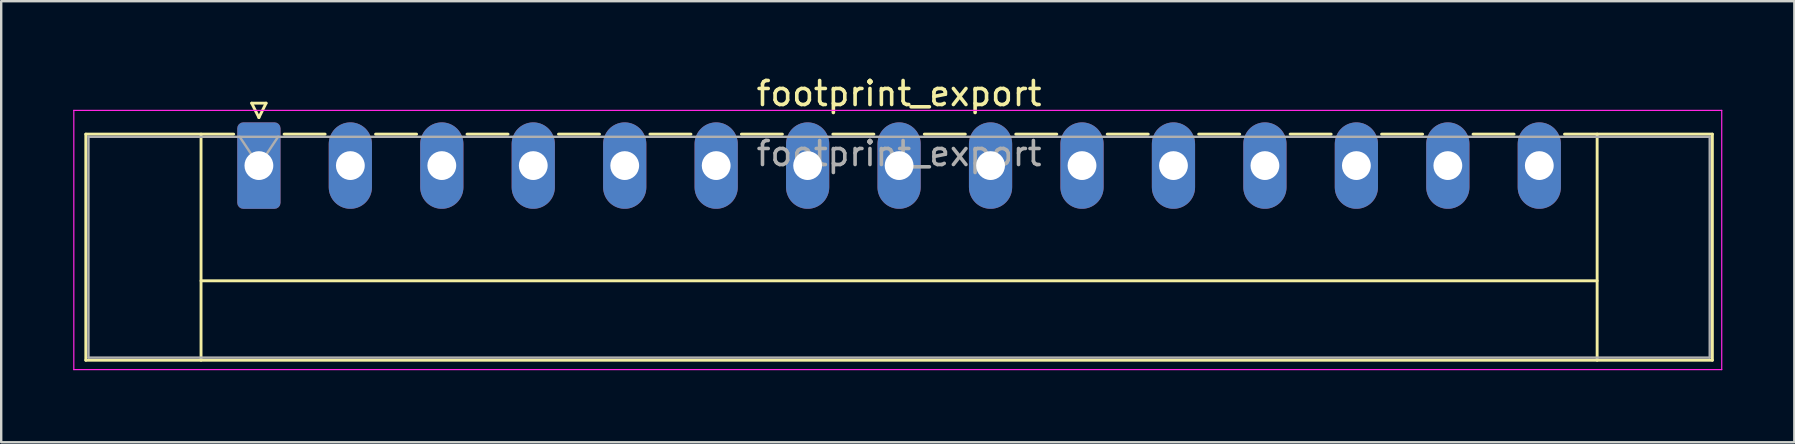
<source format=kicad_pcb>
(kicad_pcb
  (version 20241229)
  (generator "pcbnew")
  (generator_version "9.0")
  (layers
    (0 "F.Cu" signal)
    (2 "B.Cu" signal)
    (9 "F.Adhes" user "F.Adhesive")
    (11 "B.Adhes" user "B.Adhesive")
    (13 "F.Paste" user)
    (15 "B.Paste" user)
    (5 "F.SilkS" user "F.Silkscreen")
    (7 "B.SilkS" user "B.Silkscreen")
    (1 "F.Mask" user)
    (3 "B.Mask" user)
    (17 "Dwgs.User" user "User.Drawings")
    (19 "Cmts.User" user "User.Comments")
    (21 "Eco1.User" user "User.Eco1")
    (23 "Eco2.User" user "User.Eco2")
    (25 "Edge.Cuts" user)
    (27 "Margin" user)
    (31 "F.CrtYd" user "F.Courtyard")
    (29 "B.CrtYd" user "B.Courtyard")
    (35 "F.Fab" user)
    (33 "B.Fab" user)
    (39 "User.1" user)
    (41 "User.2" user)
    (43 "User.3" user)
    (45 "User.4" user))
  (footprint "footprint_export"
    (layer "F.Cu")
    (at 7.735 3.848)
    (property "Reference" "footprint_export" (at 26.67 -3 0) (layer "F.SilkS") (effects (font (size 1 1) (thickness 0.15))))
    (attr through_hole)
    (fp_line (start -7.21 -1.31) (end -7.21 8.11) (stroke (width 0.12) (type solid)) (layer "F.SilkS"))
    (fp_line (start -7.21 -1.31) (end -1.05 -1.31) (stroke (width 0.12) (type solid)) (layer "F.SilkS"))
    (fp_line (start -7.21 8.11) (end 60.55 8.11) (stroke (width 0.12) (type solid)) (layer "F.SilkS"))
    (fp_line (start -2.41 -1.31) (end -2.41 8.11) (stroke (width 0.12) (type solid)) (layer "F.SilkS"))
    (fp_line (start -2.41 4.8) (end 55.75 4.8) (stroke (width 0.12) (type solid)) (layer "F.SilkS"))
    (fp_line (start -0.3 -2.6) (end 0.3 -2.6) (stroke (width 0.12) (type solid)) (layer "F.SilkS"))
    (fp_line (start 0 -2) (end -0.3 -2.6) (stroke (width 0.12) (type solid)) (layer "F.SilkS"))
    (fp_line (start 0.3 -2.6) (end 0 -2) (stroke (width 0.12) (type solid)) (layer "F.SilkS"))
    (fp_line (start 1.05 -1.31) (end 2.76 -1.31) (stroke (width 0.12) (type solid)) (layer "F.SilkS"))
    (fp_line (start 4.86 -1.31) (end 6.57 -1.31) (stroke (width 0.12) (type solid)) (layer "F.SilkS"))
    (fp_line (start 8.67 -1.31) (end 10.38 -1.31) (stroke (width 0.12) (type solid)) (layer "F.SilkS"))
    (fp_line (start 12.48 -1.31) (end 14.19 -1.31) (stroke (width 0.12) (type solid)) (layer "F.SilkS"))
    (fp_line (start 16.29 -1.31) (end 18 -1.31) (stroke (width 0.12) (type solid)) (layer "F.SilkS"))
    (fp_line (start 20.1 -1.31) (end 21.81 -1.31) (stroke (width 0.12) (type solid)) (layer "F.SilkS"))
    (fp_line (start 23.91 -1.31) (end 25.62 -1.31) (stroke (width 0.12) (type solid)) (layer "F.SilkS"))
    (fp_line (start 27.72 -1.31) (end 29.43 -1.31) (stroke (width 0.12) (type solid)) (layer "F.SilkS"))
    (fp_line (start 31.53 -1.31) (end 33.24 -1.31) (stroke (width 0.12) (type solid)) (layer "F.SilkS"))
    (fp_line (start 35.34 -1.31) (end 37.05 -1.31) (stroke (width 0.12) (type solid)) (layer "F.SilkS"))
    (fp_line (start 39.15 -1.31) (end 40.86 -1.31) (stroke (width 0.12) (type solid)) (layer "F.SilkS"))
    (fp_line (start 42.96 -1.31) (end 44.67 -1.31) (stroke (width 0.12) (type solid)) (layer "F.SilkS"))
    (fp_line (start 46.77 -1.31) (end 48.48 -1.31) (stroke (width 0.12) (type solid)) (layer "F.SilkS"))
    (fp_line (start 50.58 -1.31) (end 52.29 -1.31) (stroke (width 0.12) (type solid)) (layer "F.SilkS"))
    (fp_line (start 55.75 -1.31) (end 55.75 8.11) (stroke (width 0.12) (type solid)) (layer "F.SilkS"))
    (fp_line (start 60.55 -1.31) (end 54.39 -1.31) (stroke (width 0.12) (type solid)) (layer "F.SilkS"))
    (fp_line (start 60.55 8.11) (end 60.55 -1.31) (stroke (width 0.12) (type solid)) (layer "F.SilkS"))
    (fp_line (start -7.71 -2.3) (end -7.71 8.5) (stroke (width 0.05) (type solid)) (layer "F.CrtYd"))
    (fp_line (start -7.71 8.5) (end 60.94 8.5) (stroke (width 0.05) (type solid)) (layer "F.CrtYd"))
    (fp_line (start 60.94 -2.3) (end -7.71 -2.3) (stroke (width 0.05) (type solid)) (layer "F.CrtYd"))
    (fp_line (start 60.94 8.5) (end 60.94 -2.3) (stroke (width 0.05) (type solid)) (layer "F.CrtYd"))
    (fp_line (start -7.1 -1.2) (end -7.1 8) (stroke (width 0.1) (type solid)) (layer "F.Fab"))
    (fp_line (start -7.1 8) (end 60.44 8) (stroke (width 0.1) (type solid)) (layer "F.Fab"))
    (fp_line (start 0 0) (end -0.8 -1.2) (stroke (width 0.1) (type solid)) (layer "F.Fab"))
    (fp_line (start 0.8 -1.2) (end 0 0) (stroke (width 0.1) (type solid)) (layer "F.Fab"))
    (fp_line (start 60.44 -1.2) (end -7.1 -1.2) (stroke (width 0.1) (type solid)) (layer "F.Fab"))
    (fp_line (start 60.44 8) (end 60.44 -1.2) (stroke (width 0.1) (type solid)) (layer "F.Fab"))
    (fp_text user "${REFERENCE}" (at 26.67 -0.5 0) (layer "F.Fab") (effects (font (size 1 1) (thickness 0.15))))
    (pad "1" thru_hole roundrect (at 0 0) (size 1.8 3.6) (drill 1.2) (layers "*.Cu" "*.Mask") (roundrect_rratio 0.139))
    (pad "2" thru_hole oval (at 3.81 0) (size 1.8 3.6) (drill 1.2) (layers "*.Cu" "*.Mask"))
    (pad "3" thru_hole oval (at 7.62 0) (size 1.8 3.6) (drill 1.2) (layers "*.Cu" "*.Mask"))
    (pad "4" thru_hole oval (at 11.43 0) (size 1.8 3.6) (drill 1.2) (layers "*.Cu" "*.Mask"))
    (pad "5" thru_hole oval (at 15.24 0) (size 1.8 3.6) (drill 1.2) (layers "*.Cu" "*.Mask"))
    (pad "6" thru_hole oval (at 19.05 0) (size 1.8 3.6) (drill 1.2) (layers "*.Cu" "*.Mask"))
    (pad "7" thru_hole oval (at 22.86 0) (size 1.8 3.6) (drill 1.2) (layers "*.Cu" "*.Mask"))
    (pad "8" thru_hole oval (at 26.67 0) (size 1.8 3.6) (drill 1.2) (layers "*.Cu" "*.Mask"))
    (pad "9" thru_hole oval (at 30.48 0) (size 1.8 3.6) (drill 1.2) (layers "*.Cu" "*.Mask"))
    (pad "10" thru_hole oval (at 34.29 0) (size 1.8 3.6) (drill 1.2) (layers "*.Cu" "*.Mask"))
    (pad "11" thru_hole oval (at 38.1 0) (size 1.8 3.6) (drill 1.2) (layers "*.Cu" "*.Mask"))
    (pad "12" thru_hole oval (at 41.91 0) (size 1.8 3.6) (drill 1.2) (layers "*.Cu" "*.Mask"))
    (pad "13" thru_hole oval (at 45.72 0) (size 1.8 3.6) (drill 1.2) (layers "*.Cu" "*.Mask"))
    (pad "14" thru_hole oval (at 49.53 0) (size 1.8 3.6) (drill 1.2) (layers "*.Cu" "*.Mask"))
    (pad "15" thru_hole oval (at 53.34 0) (size 1.8 3.6) (drill 1.2) (layers "*.Cu" "*.Mask")))
  (gr_rect
    (start -3 -3)
    (end 71.7 15.373)
    (stroke (width 0.1) (type default))
    (fill no)
    (layer "Edge.Cuts")))
</source>
